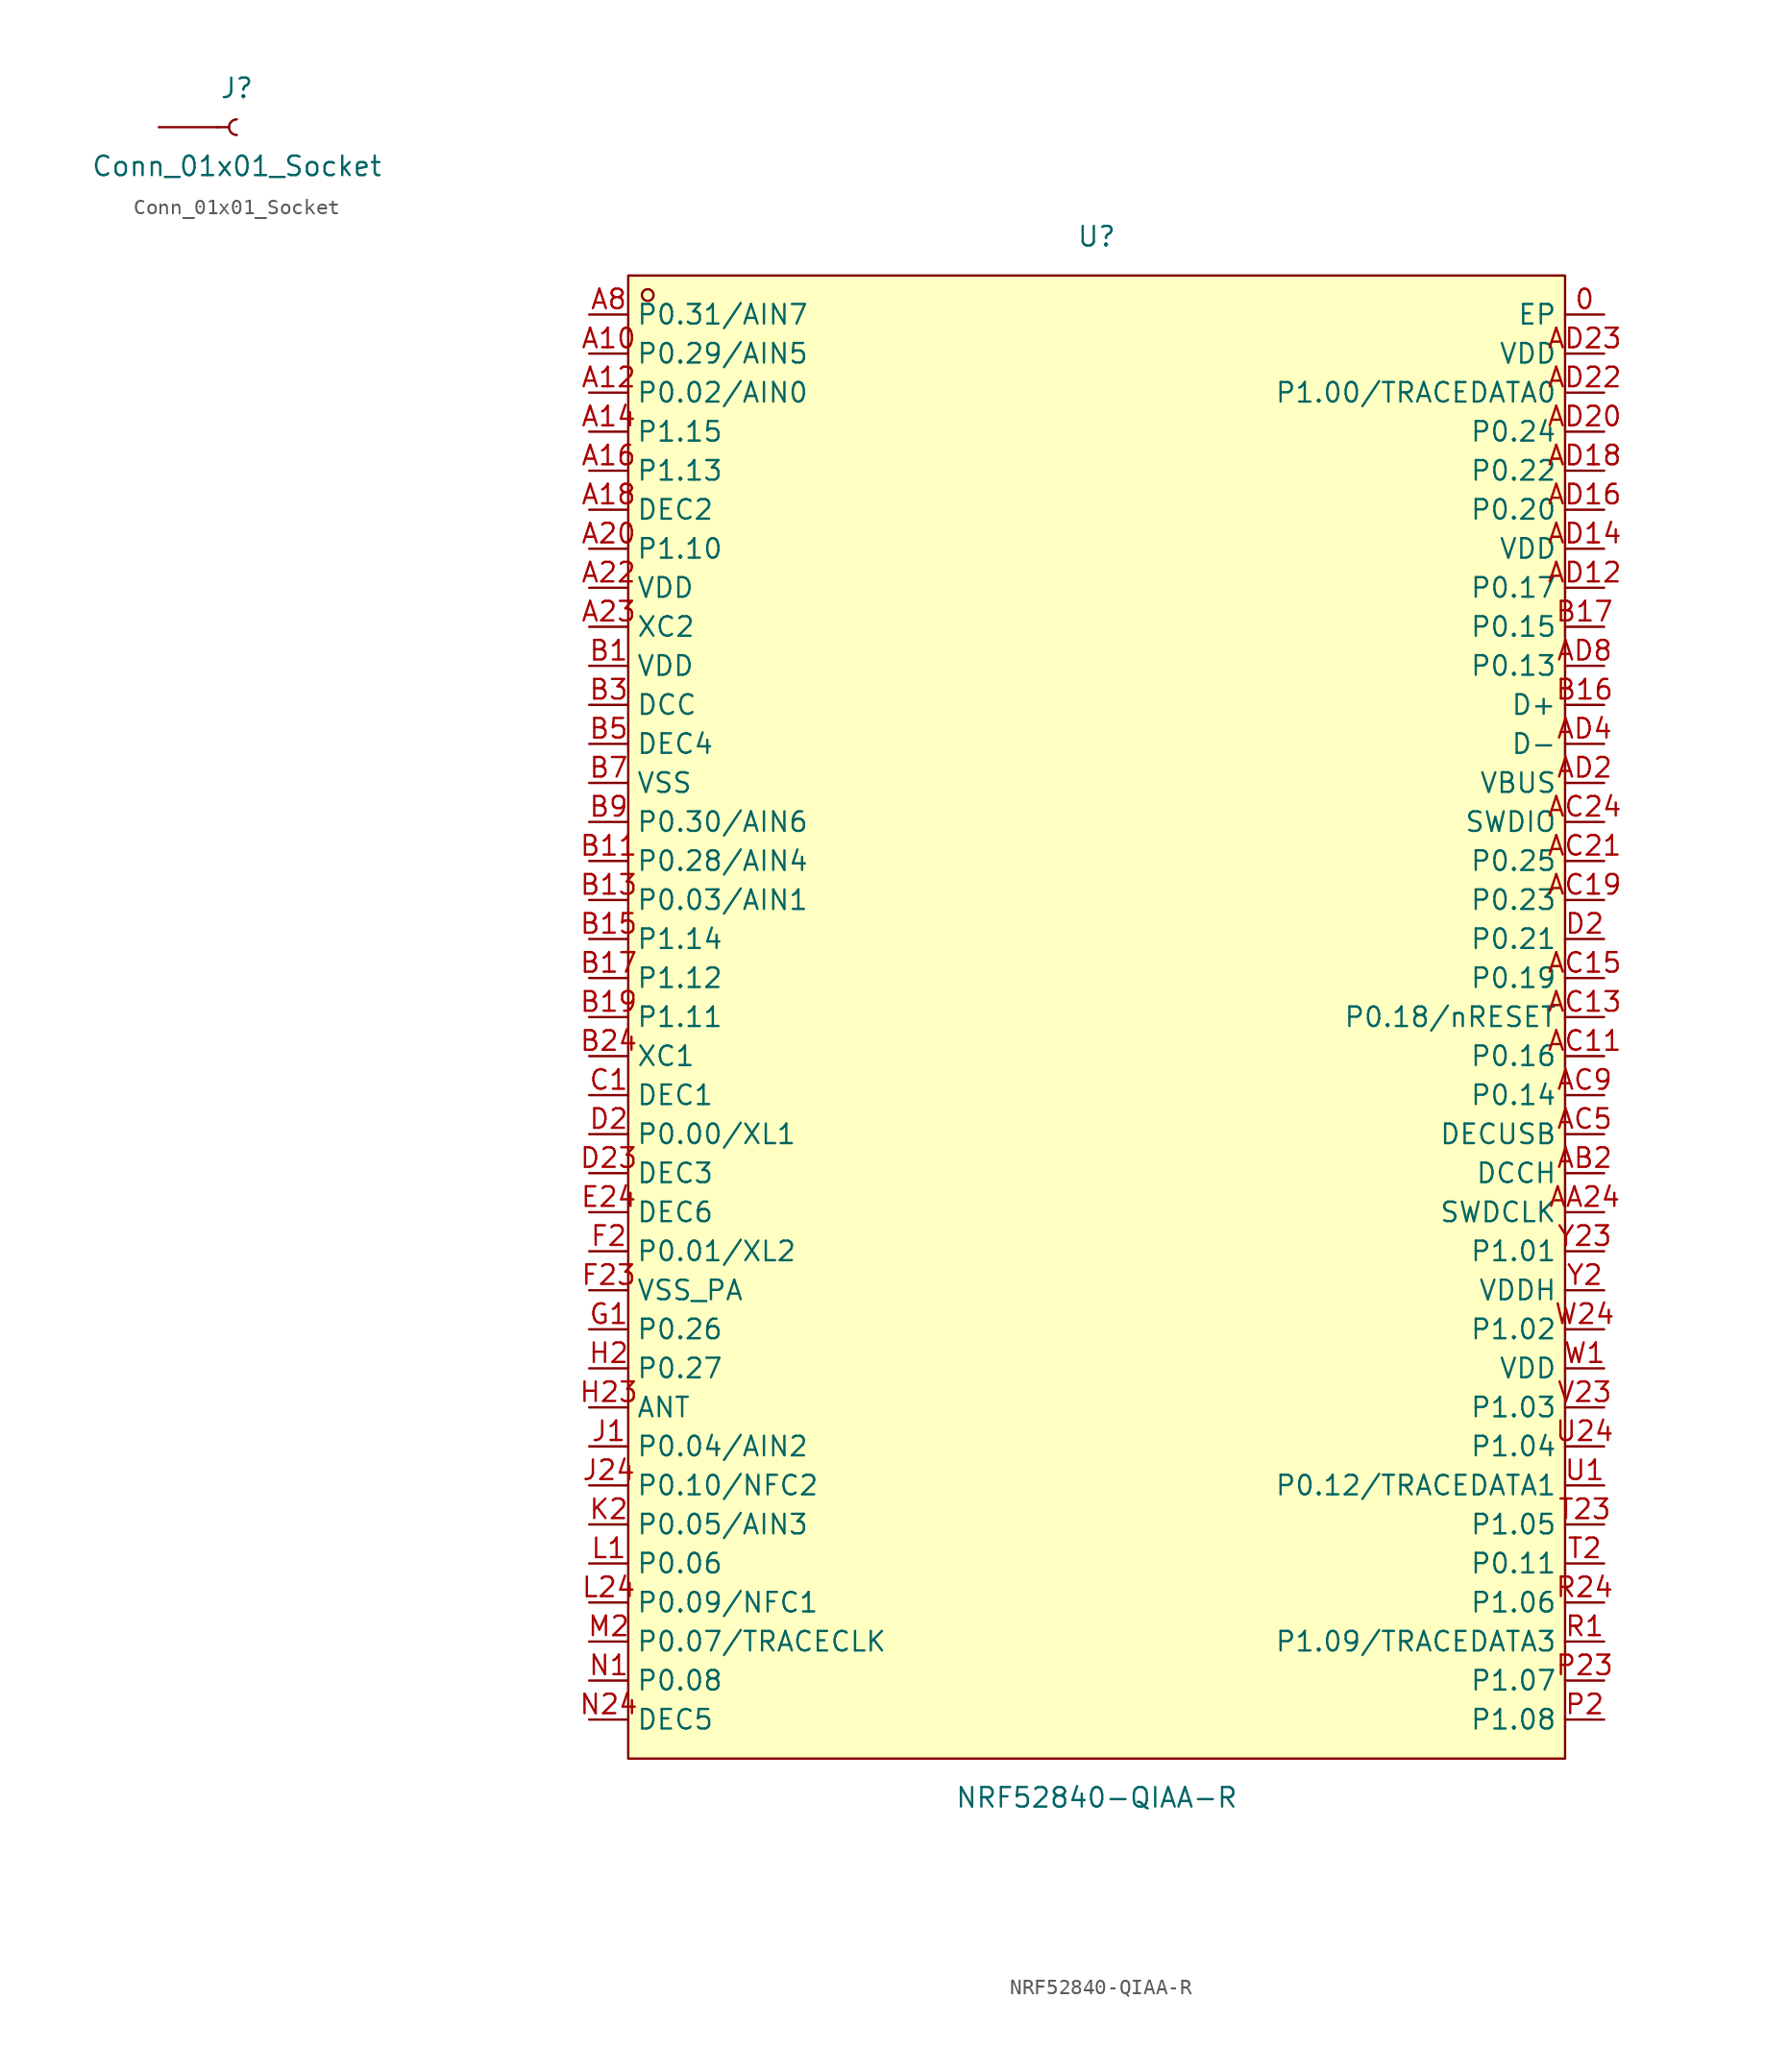
<source format=kicad_sym>
(kicad_symbol_lib
  (version 20231120)
  (generator "kicad_symbol_editor")
  (generator_version "8.0")
  (symbol "Conn_01x01_Socket"
    (pin_numbers hide)
    (pin_names
      (offset 1.016) hide)
    (property "Reference" "J"
      (at 0 2.54 0)
      (effects (font (size 1.27 1.27))))
    (property "Value" "Conn_01x01_Socket"
      (at 0 -2.54 0)
      (effects (font (size 1.27 1.27))))
    (symbol "Conn_01x01_Socket_1_1"
      (polyline (pts (xy -1.27 0) (xy -0.508 0)) (stroke (width 0.152) (type default)) (fill (type none)))
      (arc (start 0 0.508) (mid -0.5058 0) (end 0 -0.508) (stroke (width 0.1524) (type default)) (fill (type none)))
      (pin passive line (at -5.08 0 0) (length 3.81) (name "Pin_1" (effects (font (size 1.27 1.27)))) (number "1" (effects (font (size 1.27 1.27)))))))
  (symbol "NRF52840-QIAA-R"
    (property "Reference" "U"
      (at 0 50.8 0)
      (effects (font (size 1.27 1.27))))
    (property "Value" "NRF52840-QIAA-R"
      (at 0 -50.8 0)
      (effects (font (size 1.27 1.27))))
    (symbol "NRF52840-QIAA-R_0_1"
      (rectangle (start -30.48 48.26) (end 30.48 -48.26) (stroke (width 0) (type default)) (fill (type background)))
      (circle (center -29.21 46.99) (radius 0.38) (stroke (width 0) (type default)) (fill (type none)))
      (pin unspecified line (at 33.02 45.72 180) (length 2.54) (name "EP" (effects (font (size 1.27 1.27)))) (number "0" (effects (font (size 1.27 1.27)))))
      (pin unspecified line (at -33.02 43.18 0) (length 2.54) (name "P0.29/AIN5" (effects (font (size 1.27 1.27)))) (number "A10" (effects (font (size 1.27 1.27)))))
      (pin unspecified line (at -33.02 40.64 0) (length 2.54) (name "P0.02/AIN0" (effects (font (size 1.27 1.27)))) (number "A12" (effects (font (size 1.27 1.27)))))
      (pin unspecified line (at -33.02 38.1 0) (length 2.54) (name "P1.15" (effects (font (size 1.27 1.27)))) (number "A14" (effects (font (size 1.27 1.27)))))
      (pin unspecified line (at -33.02 35.56 0) (length 2.54) (name "P1.13" (effects (font (size 1.27 1.27)))) (number "A16" (effects (font (size 1.27 1.27)))))
      (pin unspecified line (at -33.02 33.02 0) (length 2.54) (name "DEC2" (effects (font (size 1.27 1.27)))) (number "A18" (effects (font (size 1.27 1.27)))))
      (pin unspecified line (at -33.02 30.48 0) (length 2.54) (name "P1.10" (effects (font (size 1.27 1.27)))) (number "A20" (effects (font (size 1.27 1.27)))))
      (pin unspecified line (at -33.02 27.94 0) (length 2.54) (name "VDD" (effects (font (size 1.27 1.27)))) (number "A22" (effects (font (size 1.27 1.27)))))
      (pin unspecified line (at -33.02 25.4 0) (length 2.54) (name "XC2" (effects (font (size 1.27 1.27)))) (number "A23" (effects (font (size 1.27 1.27)))))
      (pin unspecified line (at -33.02 45.72 0) (length 2.54) (name "P0.31/AIN7" (effects (font (size 1.27 1.27)))) (number "A8" (effects (font (size 1.27 1.27)))))
      (pin unspecified line (at 33.02 -12.7 180) (length 2.54) (name "SWDCLK" (effects (font (size 1.27 1.27)))) (number "AA24" (effects (font (size 1.27 1.27)))))
      (pin unspecified line (at 33.02 -10.16 180) (length 2.54) (name "DCCH" (effects (font (size 1.27 1.27)))) (number "AB2" (effects (font (size 1.27 1.27)))))
      (pin unspecified line (at 33.02 -2.54 180) (length 2.54) (name "P0.16" (effects (font (size 1.27 1.27)))) (number "AC11" (effects (font (size 1.27 1.27)))))
      (pin unspecified line (at 33.02 0 180) (length 2.54) (name "P0.18/nRESET" (effects (font (size 1.27 1.27)))) (number "AC13" (effects (font (size 1.27 1.27)))))
      (pin unspecified line (at 33.02 2.54 180) (length 2.54) (name "P0.19" (effects (font (size 1.27 1.27)))) (number "AC15" (effects (font (size 1.27 1.27)))))
      (pin unspecified line (at 33.02 7.62 180) (length 2.54) (name "P0.23" (effects (font (size 1.27 1.27)))) (number "AC19" (effects (font (size 1.27 1.27)))))
      (pin unspecified line (at 33.02 10.16 180) (length 2.54) (name "P0.25" (effects (font (size 1.27 1.27)))) (number "AC21" (effects (font (size 1.27 1.27)))))
      (pin unspecified line (at 33.02 12.7 180) (length 2.54) (name "SWDIO" (effects (font (size 1.27 1.27)))) (number "AC24" (effects (font (size 1.27 1.27)))))
      (pin unspecified line (at 33.02 -7.62 180) (length 2.54) (name "DECUSB" (effects (font (size 1.27 1.27)))) (number "AC5" (effects (font (size 1.27 1.27)))))
      (pin unspecified line (at 33.02 -5.08 180) (length 2.54) (name "P0.14" (effects (font (size 1.27 1.27)))) (number "AC9" (effects (font (size 1.27 1.27)))))
      (pin unspecified line (at 33.02 27.94 180) (length 2.54) (name "P0.17" (effects (font (size 1.27 1.27)))) (number "AD12" (effects (font (size 1.27 1.27)))))
      (pin unspecified line (at 33.02 30.48 180) (length 2.54) (name "VDD" (effects (font (size 1.27 1.27)))) (number "AD14" (effects (font (size 1.27 1.27)))))
      (pin unspecified line (at 33.02 33.02 180) (length 2.54) (name "P0.20" (effects (font (size 1.27 1.27)))) (number "AD16" (effects (font (size 1.27 1.27)))))
      (pin unspecified line (at 33.02 35.56 180) (length 2.54) (name "P0.22" (effects (font (size 1.27 1.27)))) (number "AD18" (effects (font (size 1.27 1.27)))))
      (pin unspecified line (at 33.02 15.24 180) (length 2.54) (name "VBUS" (effects (font (size 1.27 1.27)))) (number "AD2" (effects (font (size 1.27 1.27)))))
      (pin unspecified line (at 33.02 38.1 180) (length 2.54) (name "P0.24" (effects (font (size 1.27 1.27)))) (number "AD20" (effects (font (size 1.27 1.27)))))
      (pin unspecified line (at 33.02 40.64 180) (length 2.54) (name "P1.00/TRACEDATA0" (effects (font (size 1.27 1.27)))) (number "AD22" (effects (font (size 1.27 1.27)))))
      (pin unspecified line (at 33.02 43.18 180) (length 2.54) (name "VDD" (effects (font (size 1.27 1.27)))) (number "AD23" (effects (font (size 1.27 1.27)))))
      (pin unspecified line (at 33.02 17.78 180) (length 2.54) (name "D-" (effects (font (size 1.27 1.27)))) (number "AD4" (effects (font (size 1.27 1.27)))))
      (pin unspecified line (at 33.02 22.86 180) (length 2.54) (name "P0.13" (effects (font (size 1.27 1.27)))) (number "AD8" (effects (font (size 1.27 1.27)))))
      (pin unspecified line (at -33.02 22.86 0) (length 2.54) (name "VDD" (effects (font (size 1.27 1.27)))) (number "B1" (effects (font (size 1.27 1.27)))))
      (pin unspecified line (at -33.02 10.16 0) (length 2.54) (name "P0.28/AIN4" (effects (font (size 1.27 1.27)))) (number "B11" (effects (font (size 1.27 1.27)))))
      (pin unspecified line (at -33.02 7.62 0) (length 2.54) (name "P0.03/AIN1" (effects (font (size 1.27 1.27)))) (number "B13" (effects (font (size 1.27 1.27)))))
      (pin unspecified line (at -33.02 5.08 0) (length 2.54) (name "P1.14" (effects (font (size 1.27 1.27)))) (number "B15" (effects (font (size 1.27 1.27)))))
      (pin unspecified line (at 33.02 20.32 180) (length 2.54) (name "D+" (effects (font (size 1.27 1.27)))) (number "B16" (effects (font (size 1.27 1.27)))))
      (pin unspecified line (at 33.02 25.4 180) (length 2.54) (name "P0.15" (effects (font (size 1.27 1.27)))) (number "B17" (effects (font (size 1.27 1.27)))))
      (pin unspecified line (at -33.02 2.54 0) (length 2.54) (name "P1.12" (effects (font (size 1.27 1.27)))) (number "B17" (effects (font (size 1.27 1.27)))))
      (pin unspecified line (at -33.02 0 0) (length 2.54) (name "P1.11" (effects (font (size 1.27 1.27)))) (number "B19" (effects (font (size 1.27 1.27)))))
      (pin unspecified line (at -33.02 -2.54 0) (length 2.54) (name "XC1" (effects (font (size 1.27 1.27)))) (number "B24" (effects (font (size 1.27 1.27)))))
      (pin unspecified line (at -33.02 20.32 0) (length 2.54) (name "DCC" (effects (font (size 1.27 1.27)))) (number "B3" (effects (font (size 1.27 1.27)))))
      (pin unspecified line (at -33.02 17.78 0) (length 2.54) (name "DEC4" (effects (font (size 1.27 1.27)))) (number "B5" (effects (font (size 1.27 1.27)))))
      (pin unspecified line (at -33.02 15.24 0) (length 2.54) (name "VSS" (effects (font (size 1.27 1.27)))) (number "B7" (effects (font (size 1.27 1.27)))))
      (pin unspecified line (at -33.02 12.7 0) (length 2.54) (name "P0.30/AIN6" (effects (font (size 1.27 1.27)))) (number "B9" (effects (font (size 1.27 1.27)))))
      (pin unspecified line (at -33.02 -5.08 0) (length 2.54) (name "DEC1" (effects (font (size 1.27 1.27)))) (number "C1" (effects (font (size 1.27 1.27)))))
      (pin unspecified line (at -33.02 -7.62 0) (length 2.54) (name "P0.00/XL1" (effects (font (size 1.27 1.27)))) (number "D2" (effects (font (size 1.27 1.27)))))
      (pin unspecified line (at 33.02 5.08 180) (length 2.54) (name "P0.21" (effects (font (size 1.27 1.27)))) (number "D2" (effects (font (size 1.27 1.27)))))
      (pin unspecified line (at -33.02 -10.16 0) (length 2.54) (name "DEC3" (effects (font (size 1.27 1.27)))) (number "D23" (effects (font (size 1.27 1.27)))))
      (pin unspecified line (at -33.02 -12.7 0) (length 2.54) (name "DEC6" (effects (font (size 1.27 1.27)))) (number "E24" (effects (font (size 1.27 1.27)))))
      (pin unspecified line (at -33.02 -15.24 0) (length 2.54) (name "P0.01/XL2" (effects (font (size 1.27 1.27)))) (number "F2" (effects (font (size 1.27 1.27)))))
      (pin unspecified line (at -33.02 -17.78 0) (length 2.54) (name "VSS_PA" (effects (font (size 1.27 1.27)))) (number "F23" (effects (font (size 1.27 1.27)))))
      (pin unspecified line (at -33.02 -20.32 0) (length 2.54) (name "P0.26" (effects (font (size 1.27 1.27)))) (number "G1" (effects (font (size 1.27 1.27)))))
      (pin unspecified line (at -33.02 -22.86 0) (length 2.54) (name "P0.27" (effects (font (size 1.27 1.27)))) (number "H2" (effects (font (size 1.27 1.27)))))
      (pin unspecified line (at -33.02 -25.4 0) (length 2.54) (name "ANT" (effects (font (size 1.27 1.27)))) (number "H23" (effects (font (size 1.27 1.27)))))
      (pin unspecified line (at -33.02 -27.94 0) (length 2.54) (name "P0.04/AIN2" (effects (font (size 1.27 1.27)))) (number "J1" (effects (font (size 1.27 1.27)))))
      (pin unspecified line (at -33.02 -30.48 0) (length 2.54) (name "P0.10/NFC2" (effects (font (size 1.27 1.27)))) (number "J24" (effects (font (size 1.27 1.27)))))
      (pin unspecified line (at -33.02 -33.02 0) (length 2.54) (name "P0.05/AIN3" (effects (font (size 1.27 1.27)))) (number "K2" (effects (font (size 1.27 1.27)))))
      (pin unspecified line (at -33.02 -35.56 0) (length 2.54) (name "P0.06" (effects (font (size 1.27 1.27)))) (number "L1" (effects (font (size 1.27 1.27)))))
      (pin unspecified line (at -33.02 -38.1 0) (length 2.54) (name "P0.09/NFC1" (effects (font (size 1.27 1.27)))) (number "L24" (effects (font (size 1.27 1.27)))))
      (pin unspecified line (at -33.02 -40.64 0) (length 2.54) (name "P0.07/TRACECLK" (effects (font (size 1.27 1.27)))) (number "M2" (effects (font (size 1.27 1.27)))))
      (pin unspecified line (at -33.02 -43.18 0) (length 2.54) (name "P0.08" (effects (font (size 1.27 1.27)))) (number "N1" (effects (font (size 1.27 1.27)))))
      (pin unspecified line (at -33.02 -45.72 0) (length 2.54) (name "DEC5" (effects (font (size 1.27 1.27)))) (number "N24" (effects (font (size 1.27 1.27)))))
      (pin unspecified line (at 33.02 -45.72 180) (length 2.54) (name "P1.08" (effects (font (size 1.27 1.27)))) (number "P2" (effects (font (size 1.27 1.27)))))
      (pin unspecified line (at 33.02 -43.18 180) (length 2.54) (name "P1.07" (effects (font (size 1.27 1.27)))) (number "P23" (effects (font (size 1.27 1.27)))))
      (pin unspecified line (at 33.02 -40.64 180) (length 2.54) (name "P1.09/TRACEDATA3" (effects (font (size 1.27 1.27)))) (number "R1" (effects (font (size 1.27 1.27)))))
      (pin unspecified line (at 33.02 -38.1 180) (length 2.54) (name "P1.06" (effects (font (size 1.27 1.27)))) (number "R24" (effects (font (size 1.27 1.27)))))
      (pin unspecified line (at 33.02 -35.56 180) (length 2.54) (name "P0.11" (effects (font (size 1.27 1.27)))) (number "T2" (effects (font (size 1.27 1.27)))))
      (pin unspecified line (at 33.02 -33.02 180) (length 2.54) (name "P1.05" (effects (font (size 1.27 1.27)))) (number "T23" (effects (font (size 1.27 1.27)))))
      (pin unspecified line (at 33.02 -30.48 180) (length 2.54) (name "P0.12/TRACEDATA1" (effects (font (size 1.27 1.27)))) (number "U1" (effects (font (size 1.27 1.27)))))
      (pin unspecified line (at 33.02 -27.94 180) (length 2.54) (name "P1.04" (effects (font (size 1.27 1.27)))) (number "U24" (effects (font (size 1.27 1.27)))))
      (pin unspecified line (at 33.02 -25.4 180) (length 2.54) (name "P1.03" (effects (font (size 1.27 1.27)))) (number "V23" (effects (font (size 1.27 1.27)))))
      (pin unspecified line (at 33.02 -22.86 180) (length 2.54) (name "VDD" (effects (font (size 1.27 1.27)))) (number "W1" (effects (font (size 1.27 1.27)))))
      (pin unspecified line (at 33.02 -20.32 180) (length 2.54) (name "P1.02" (effects (font (size 1.27 1.27)))) (number "W24" (effects (font (size 1.27 1.27)))))
      (pin unspecified line (at 33.02 -17.78 180) (length 2.54) (name "VDDH" (effects (font (size 1.27 1.27)))) (number "Y2" (effects (font (size 1.27 1.27)))))
      (pin unspecified line (at 33.02 -15.24 180) (length 2.54) (name "P1.01" (effects (font (size 1.27 1.27)))) (number "Y23" (effects (font (size 1.27 1.27))))))))
</source>
